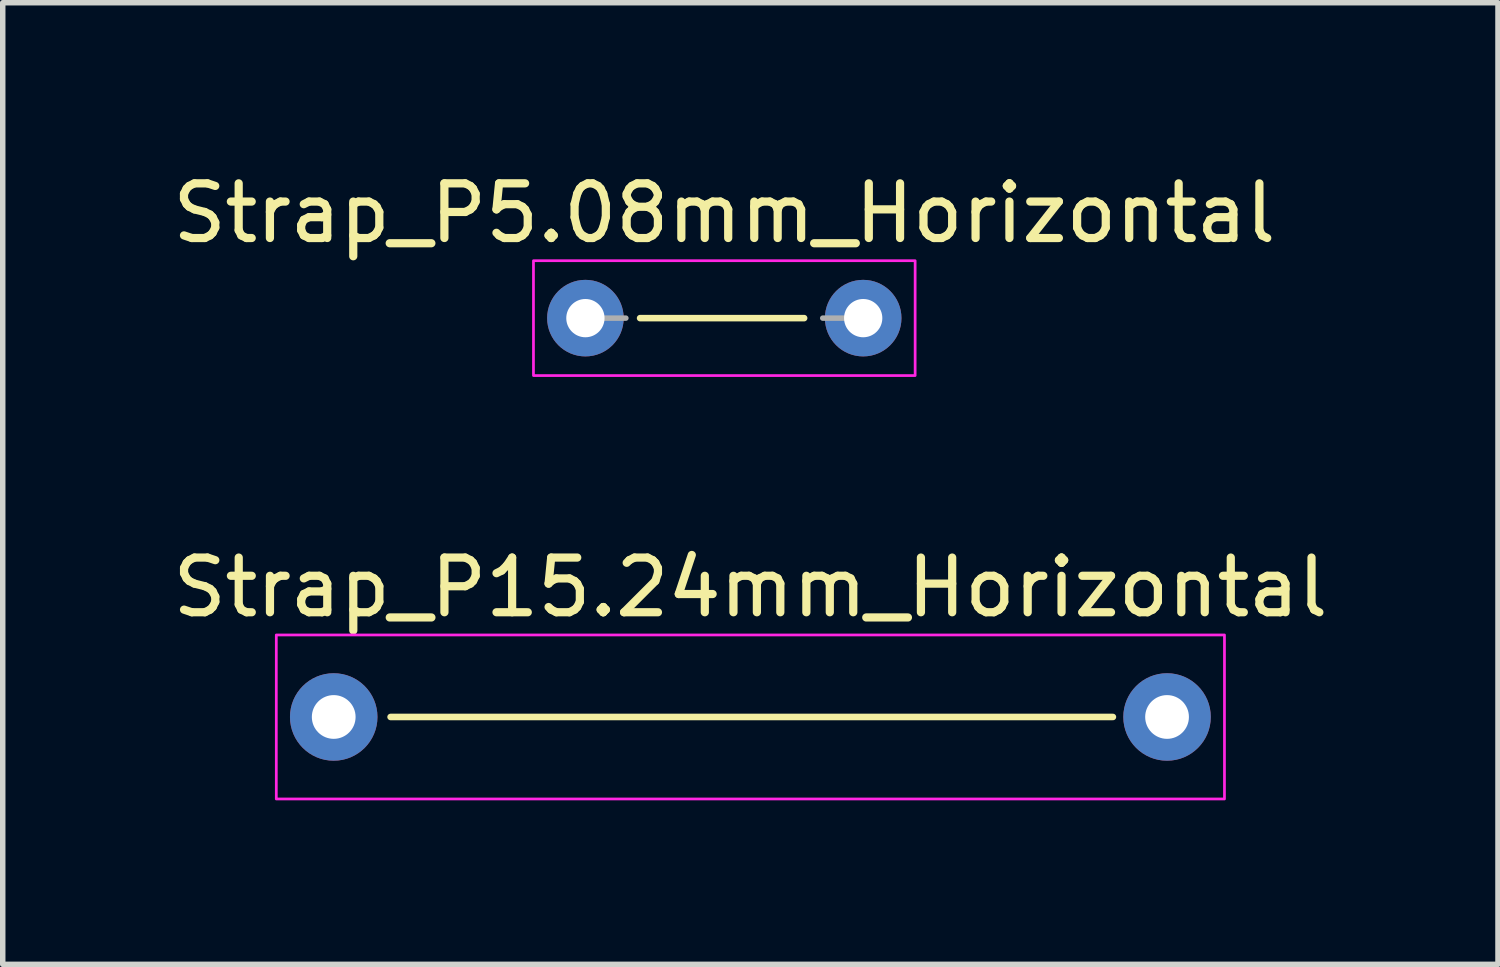
<source format=kicad_pcb>
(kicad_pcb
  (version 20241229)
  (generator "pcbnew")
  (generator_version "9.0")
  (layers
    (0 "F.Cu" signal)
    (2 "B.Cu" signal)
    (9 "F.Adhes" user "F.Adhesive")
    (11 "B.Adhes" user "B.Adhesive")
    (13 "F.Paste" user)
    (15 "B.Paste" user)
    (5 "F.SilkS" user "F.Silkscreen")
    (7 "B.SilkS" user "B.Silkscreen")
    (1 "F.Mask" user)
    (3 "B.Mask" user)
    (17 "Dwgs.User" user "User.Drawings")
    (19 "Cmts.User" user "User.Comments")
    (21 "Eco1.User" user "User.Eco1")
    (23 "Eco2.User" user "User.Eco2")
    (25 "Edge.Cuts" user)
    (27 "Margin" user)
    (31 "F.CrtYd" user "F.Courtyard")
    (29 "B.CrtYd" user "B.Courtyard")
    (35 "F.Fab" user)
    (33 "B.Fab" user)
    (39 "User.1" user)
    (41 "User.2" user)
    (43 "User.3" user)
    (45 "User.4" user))
  (footprint "Strap_P5.08mm_Horizontal"
    (layer "F.Cu")
    (at 7.656 2.768)
    (property "Reference" "Strap_P5.08mm_Horizontal" (at 2.54 -1.92 0) (layer "F.SilkS") (effects (font (size 1 1) (thickness 0.15))))
    (attr through_hole)
    (fp_line (start 1 0) (end 4 0) (stroke (width 0.12) (type solid)) (layer "F.SilkS"))
    (fp_rect (start -0.95 -1.05) (end 6.03 1.05) (stroke (width 0.05) (type solid)) (fill no) (layer "F.CrtYd"))
    (fp_line (start 0 0) (end 0.74 0) (stroke (width 0.1) (type solid)) (layer "F.Fab"))
    (fp_line (start 5.08 0) (end 4.34 0) (stroke (width 0.1) (type solid)) (layer "F.Fab"))
    (pad "1" thru_hole circle (at 0 0) (size 1.4 1.4) (drill 0.7) (layers "*.Cu" "*.Mask"))
    (pad "2" thru_hole circle (at 5.08 0) (size 1.4 1.4) (drill 0.7) (layers "*.Cu" "*.Mask")))
  (footprint "Strap_P15.24mm_Horizontal"
    (layer "F.Cu")
    (at 3.053 10.062)
    (property "Reference" "Strap_P15.24mm_Horizontal" (at 7.62 -2.37 0) (layer "F.SilkS") (effects (font (size 1 1) (thickness 0.15))))
    (attr through_hole)
    (fp_line (start 1.04 0) (end 14.25 0) (stroke (width 0.12) (type solid)) (layer "F.SilkS"))
    (fp_rect (start -1.05 -1.5) (end 16.29 1.5) (stroke (width 0.05) (type solid)) (fill no) (layer "F.CrtYd"))
    (pad "1" thru_hole circle (at 0 0) (size 1.6 1.6) (drill 0.8) (layers "*.Cu" "*.Mask"))
    (pad "2" thru_hole circle (at 15.24 0) (size 1.6 1.6) (drill 0.8) (layers "*.Cu" "*.Mask")))
  (gr_rect
    (start -3 -3)
    (end 24.345 14.586)
    (stroke (width 0.1) (type default))
    (fill no)
    (layer "Edge.Cuts")))
</source>
